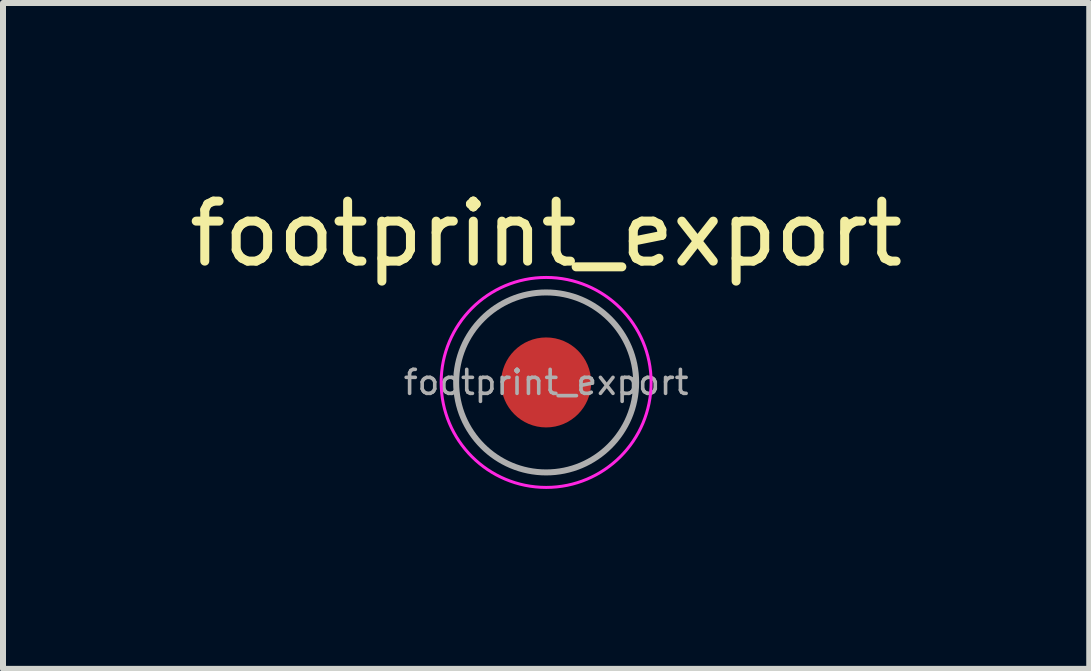
<source format=kicad_pcb>
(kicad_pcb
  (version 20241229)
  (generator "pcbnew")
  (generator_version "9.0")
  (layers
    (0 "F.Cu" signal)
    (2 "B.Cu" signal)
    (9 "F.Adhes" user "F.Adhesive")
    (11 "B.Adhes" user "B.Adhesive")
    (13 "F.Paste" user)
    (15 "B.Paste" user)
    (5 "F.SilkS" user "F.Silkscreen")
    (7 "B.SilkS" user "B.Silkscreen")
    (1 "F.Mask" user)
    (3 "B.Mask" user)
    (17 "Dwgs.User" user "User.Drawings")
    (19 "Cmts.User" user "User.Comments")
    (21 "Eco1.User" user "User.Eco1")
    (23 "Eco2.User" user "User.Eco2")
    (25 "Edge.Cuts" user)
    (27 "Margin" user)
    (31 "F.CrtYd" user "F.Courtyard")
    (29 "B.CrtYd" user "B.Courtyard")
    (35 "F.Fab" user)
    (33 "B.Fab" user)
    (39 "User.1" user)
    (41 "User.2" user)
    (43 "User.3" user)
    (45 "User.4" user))
  (footprint "footprint_export"
    (layer "F.Cu")
    (at 6.054 3.325)
    (property "Reference" "footprint_export" (at 0 -2.477 0) (layer "F.SilkS") (effects (font (size 1 1) (thickness 0.15))))
    (attr smd)
    (fp_circle (center 0 0) (end 1.75 0) (stroke (width 0.05) (type solid)) (fill no) (layer "F.CrtYd"))
    (fp_circle (center 0 0) (end 1.5 0) (stroke (width 0.1) (type solid)) (fill no) (layer "F.Fab"))
    (fp_text user "${REFERENCE}" (at 0 0 0) (layer "F.Fab") (effects (font (size 0.4 0.4) (thickness 0.06))))
    (pad "" smd circle (at 0 0) (size 1.5 1.5) (layers "F.Cu" "F.Mask")))
  (gr_rect
    (start -3 -3)
    (end 15.107 8.1)
    (stroke (width 0.1) (type default))
    (fill no)
    (layer "Edge.Cuts")))
</source>
